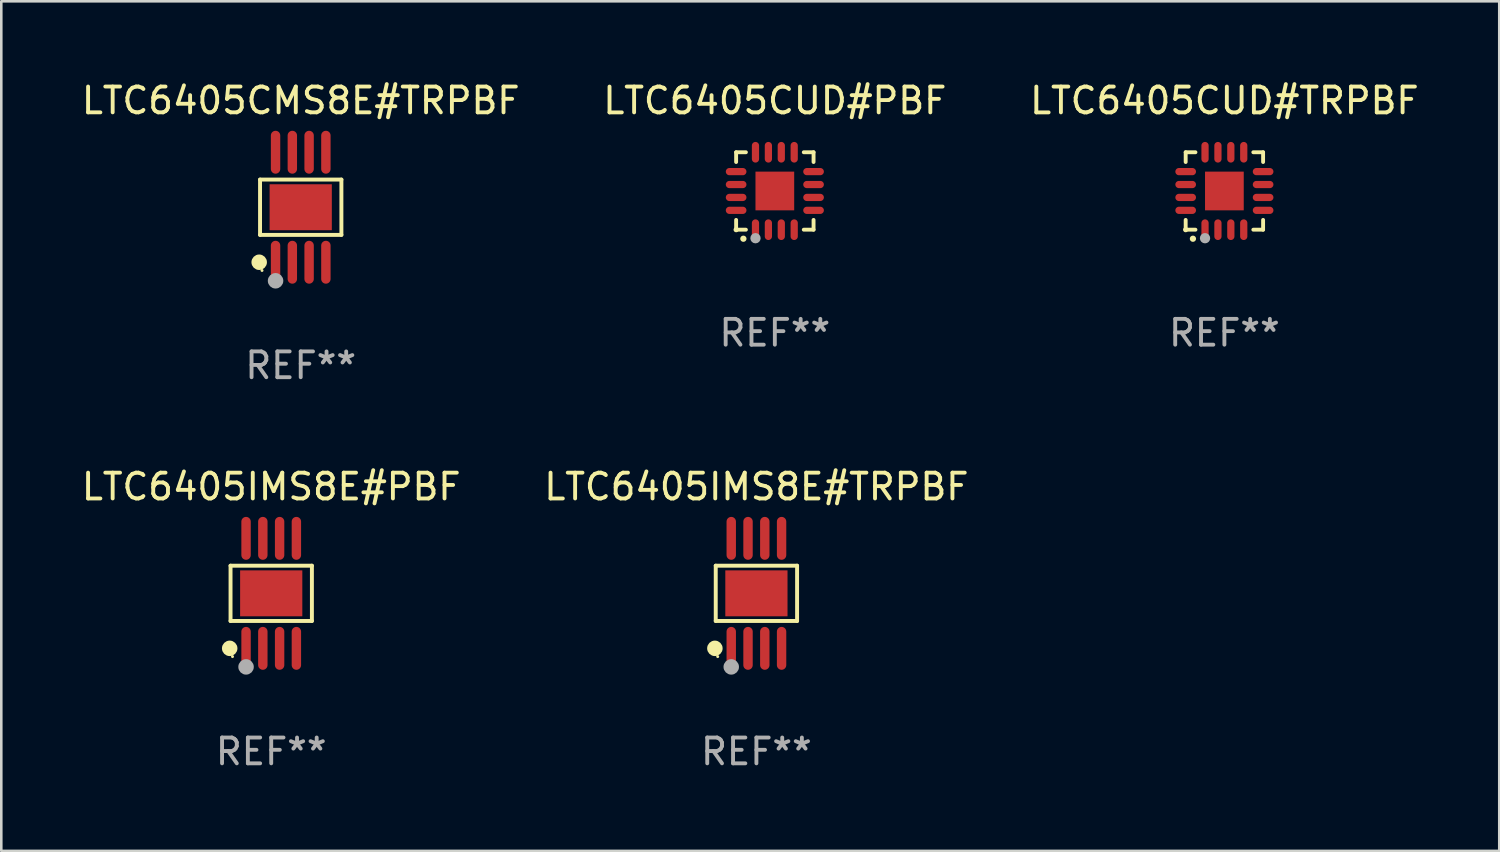
<source format=kicad_pcb>
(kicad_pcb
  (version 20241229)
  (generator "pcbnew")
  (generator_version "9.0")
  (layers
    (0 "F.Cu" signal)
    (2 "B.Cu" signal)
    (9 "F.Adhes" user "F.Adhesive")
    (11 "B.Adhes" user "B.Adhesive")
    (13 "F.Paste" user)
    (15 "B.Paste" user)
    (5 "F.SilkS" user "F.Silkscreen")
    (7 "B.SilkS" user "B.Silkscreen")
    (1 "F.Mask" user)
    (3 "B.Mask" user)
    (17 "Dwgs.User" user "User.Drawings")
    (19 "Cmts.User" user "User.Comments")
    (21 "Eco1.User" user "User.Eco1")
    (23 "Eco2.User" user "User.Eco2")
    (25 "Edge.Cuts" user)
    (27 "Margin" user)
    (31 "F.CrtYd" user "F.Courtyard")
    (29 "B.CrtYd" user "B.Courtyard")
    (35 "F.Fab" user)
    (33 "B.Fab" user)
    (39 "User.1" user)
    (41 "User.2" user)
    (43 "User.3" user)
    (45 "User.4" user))
  (footprint "LTC6405IMS8E#PBF"
    (layer "F.Cu")
    (at 7.458 19.938)
    (property "Reference" "LTC6405IMS8E#PBF" (at 0 -4.131 0) (layer "F.SilkS") (effects (font (size 1 1) (thickness 0.15))))
    (attr through_hole)
    (fp_line (start -1.576 -1.071) (end 1.576 -1.071) (stroke (width 0.152) (type solid)) (layer "F.SilkS"))
    (fp_line (start -1.576 1.071) (end -1.576 -1.071) (stroke (width 0.152) (type solid)) (layer "F.SilkS"))
    (fp_line (start 1.576 -1.071) (end 1.576 1.071) (stroke (width 0.152) (type solid)) (layer "F.SilkS"))
    (fp_line (start 1.576 1.071) (end -1.576 1.071) (stroke (width 0.152) (type solid)) (layer "F.SilkS"))
    (fp_circle (center -1.609 2.131) (end -1.459 2.131) (stroke (width 0.3) (type solid)) (fill no) (layer "F.SilkS"))
    (fp_circle (center -1.5 2.45) (end -1.47 2.45) (stroke (width 0.06) (type solid)) (fill no) (layer "F.SilkS"))
    (fp_circle (center -0.975 2.85) (end -0.825 2.85) (stroke (width 0.3) (type solid)) (fill no) (layer "F.Fab"))
    (fp_text user "REF**" (at 0 6.131 0) (layer "F.Fab") (effects (font (size 1 1) (thickness 0.15))))
    (pad "1" smd oval (at -0.975 2.131) (size 0.364 1.662) (layers "F.Cu" "F.Mask" "F.Paste"))
    (pad "2" smd oval (at -0.325 2.131) (size 0.364 1.662) (layers "F.Cu" "F.Mask" "F.Paste"))
    (pad "3" smd oval (at 0.325 2.131) (size 0.364 1.662) (layers "F.Cu" "F.Mask" "F.Paste"))
    (pad "4" smd oval (at 0.975 2.131) (size 0.364 1.662) (layers "F.Cu" "F.Mask" "F.Paste"))
    (pad "5" smd oval (at 0.975 -2.131) (size 0.364 1.662) (layers "F.Cu" "F.Mask" "F.Paste"))
    (pad "6" smd oval (at 0.325 -2.131) (size 0.364 1.662) (layers "F.Cu" "F.Mask" "F.Paste"))
    (pad "7" smd oval (at -0.325 -2.131) (size 0.364 1.662) (layers "F.Cu" "F.Mask" "F.Paste"))
    (pad "8" smd oval (at -0.975 -2.131) (size 0.364 1.662) (layers "F.Cu" "F.Mask" "F.Paste"))
    (pad "9" smd rect (at 0 0) (size 2.41 1.78) (layers "F.Cu" "F.Mask" "F.Paste")))
  (footprint "LTC6405CMS8E#TRPBF"
    (layer "F.Cu")
    (at 8.601 4.979)
    (property "Reference" "LTC6405CMS8E#TRPBF" (at 0 -4.131 0) (layer "F.SilkS") (effects (font (size 1 1) (thickness 0.15))))
    (attr through_hole)
    (fp_line (start -1.576 -1.071) (end 1.576 -1.071) (stroke (width 0.152) (type solid)) (layer "F.SilkS"))
    (fp_line (start -1.576 1.071) (end -1.576 -1.071) (stroke (width 0.152) (type solid)) (layer "F.SilkS"))
    (fp_line (start 1.576 -1.071) (end 1.576 1.071) (stroke (width 0.152) (type solid)) (layer "F.SilkS"))
    (fp_line (start 1.576 1.071) (end -1.576 1.071) (stroke (width 0.152) (type solid)) (layer "F.SilkS"))
    (fp_circle (center -1.609 2.131) (end -1.459 2.131) (stroke (width 0.3) (type solid)) (fill no) (layer "F.SilkS"))
    (fp_circle (center -1.5 2.45) (end -1.47 2.45) (stroke (width 0.06) (type solid)) (fill no) (layer "F.SilkS"))
    (fp_circle (center -0.975 2.85) (end -0.825 2.85) (stroke (width 0.3) (type solid)) (fill no) (layer "F.Fab"))
    (fp_text user "REF**" (at 0 6.131 0) (layer "F.Fab") (effects (font (size 1 1) (thickness 0.15))))
    (pad "1" smd oval (at -0.975 2.131) (size 0.364 1.662) (layers "F.Cu" "F.Mask" "F.Paste"))
    (pad "2" smd oval (at -0.325 2.131) (size 0.364 1.662) (layers "F.Cu" "F.Mask" "F.Paste"))
    (pad "3" smd oval (at 0.325 2.131) (size 0.364 1.662) (layers "F.Cu" "F.Mask" "F.Paste"))
    (pad "4" smd oval (at 0.975 2.131) (size 0.364 1.662) (layers "F.Cu" "F.Mask" "F.Paste"))
    (pad "5" smd oval (at 0.975 -2.131) (size 0.364 1.662) (layers "F.Cu" "F.Mask" "F.Paste"))
    (pad "6" smd oval (at 0.325 -2.131) (size 0.364 1.662) (layers "F.Cu" "F.Mask" "F.Paste"))
    (pad "7" smd oval (at -0.325 -2.131) (size 0.364 1.662) (layers "F.Cu" "F.Mask" "F.Paste"))
    (pad "8" smd oval (at -0.975 -2.131) (size 0.364 1.662) (layers "F.Cu" "F.Mask" "F.Paste"))
    (pad "9" smd rect (at 0 0) (size 2.41 1.78) (layers "F.Cu" "F.Mask" "F.Paste")))
  (footprint "LTC6405IMS8E#TRPBF"
    (layer "F.Cu")
    (at 26.256 19.938)
    (property "Reference" "LTC6405IMS8E#TRPBF" (at 0 -4.131 0) (layer "F.SilkS") (effects (font (size 1 1) (thickness 0.15))))
    (attr through_hole)
    (fp_line (start -1.576 -1.071) (end 1.576 -1.071) (stroke (width 0.152) (type solid)) (layer "F.SilkS"))
    (fp_line (start -1.576 1.071) (end -1.576 -1.071) (stroke (width 0.152) (type solid)) (layer "F.SilkS"))
    (fp_line (start 1.576 -1.071) (end 1.576 1.071) (stroke (width 0.152) (type solid)) (layer "F.SilkS"))
    (fp_line (start 1.576 1.071) (end -1.576 1.071) (stroke (width 0.152) (type solid)) (layer "F.SilkS"))
    (fp_circle (center -1.609 2.131) (end -1.459 2.131) (stroke (width 0.3) (type solid)) (fill no) (layer "F.SilkS"))
    (fp_circle (center -1.5 2.45) (end -1.47 2.45) (stroke (width 0.06) (type solid)) (fill no) (layer "F.SilkS"))
    (fp_circle (center -0.975 2.85) (end -0.825 2.85) (stroke (width 0.3) (type solid)) (fill no) (layer "F.Fab"))
    (fp_text user "REF**" (at 0 6.131 0) (layer "F.Fab") (effects (font (size 1 1) (thickness 0.15))))
    (pad "1" smd oval (at -0.975 2.131) (size 0.364 1.662) (layers "F.Cu" "F.Mask" "F.Paste"))
    (pad "2" smd oval (at -0.325 2.131) (size 0.364 1.662) (layers "F.Cu" "F.Mask" "F.Paste"))
    (pad "3" smd oval (at 0.325 2.131) (size 0.364 1.662) (layers "F.Cu" "F.Mask" "F.Paste"))
    (pad "4" smd oval (at 0.975 2.131) (size 0.364 1.662) (layers "F.Cu" "F.Mask" "F.Paste"))
    (pad "5" smd oval (at 0.975 -2.131) (size 0.364 1.662) (layers "F.Cu" "F.Mask" "F.Paste"))
    (pad "6" smd oval (at 0.325 -2.131) (size 0.364 1.662) (layers "F.Cu" "F.Mask" "F.Paste"))
    (pad "7" smd oval (at -0.325 -2.131) (size 0.364 1.662) (layers "F.Cu" "F.Mask" "F.Paste"))
    (pad "8" smd oval (at -0.975 -2.131) (size 0.364 1.662) (layers "F.Cu" "F.Mask" "F.Paste"))
    (pad "9" smd rect (at 0 0) (size 2.41 1.78) (layers "F.Cu" "F.Mask" "F.Paste")))
  (footprint "LTC6405CUD#PBF"
    (layer "F.Cu")
    (at 26.97 4.349)
    (property "Reference" "LTC6405CUD#PBF" (at 0 -3.5 0) (layer "F.SilkS") (effects (font (size 1 1) (thickness 0.15))))
    (attr through_hole)
    (fp_line (start -1.5 -1.5) (end -1.121 -1.5) (stroke (width 0.15) (type solid)) (layer "F.SilkS"))
    (fp_line (start -1.5 -1.122) (end -1.5 -1.5) (stroke (width 0.15) (type solid)) (layer "F.SilkS"))
    (fp_line (start -1.5 1.5) (end -1.5 1.121) (stroke (width 0.15) (type solid)) (layer "F.SilkS"))
    (fp_line (start -1.121 1.5) (end -1.5 1.5) (stroke (width 0.15) (type solid)) (layer "F.SilkS"))
    (fp_line (start 1.121 -1.5) (end 1.5 -1.5) (stroke (width 0.15) (type solid)) (layer "F.SilkS"))
    (fp_line (start 1.5 -1.5) (end 1.5 -1.122) (stroke (width 0.15) (type solid)) (layer "F.SilkS"))
    (fp_line (start 1.5 1.121) (end 1.5 1.5) (stroke (width 0.15) (type solid)) (layer "F.SilkS"))
    (fp_line (start 1.5 1.5) (end 1.121 1.5) (stroke (width 0.15) (type solid)) (layer "F.SilkS"))
    (fp_arc (start -1.219926 1.850254) (mid -1.21891 1.85025) (end -1.217894 1.850254) (stroke (width 0.240005) (type solid)) (layer "F.SilkS"))
    (fp_circle (center -1.5 1.5) (end -1.45 1.5) (stroke (width 0.1) (type solid)) (fill no) (layer "F.SilkS"))
    (fp_circle (center -0.75 1.83) (end -0.65 1.83) (stroke (width 0.2) (type solid)) (fill no) (layer "F.Fab"))
    (fp_text user "REF**" (at 0 5.5 0) (layer "F.Fab") (effects (font (size 1 1) (thickness 0.15))))
    (pad "1" smd oval (at -0.75 1.5) (size 0.28 0.8) (layers "F.Cu" "F.Mask" "F.Paste"))
    (pad "2" smd oval (at -0.25 1.5) (size 0.28 0.8) (layers "F.Cu" "F.Mask" "F.Paste"))
    (pad "3" smd oval (at 0.25 1.5) (size 0.28 0.8) (layers "F.Cu" "F.Mask" "F.Paste"))
    (pad "4" smd oval (at 0.75 1.5) (size 0.28 0.8) (layers "F.Cu" "F.Mask" "F.Paste"))
    (pad "5" smd oval (at 1.5 0.75) (size 0.8 0.28) (layers "F.Cu" "F.Mask" "F.Paste"))
    (pad "6" smd oval (at 1.5 0.25) (size 0.8 0.28) (layers "F.Cu" "F.Mask" "F.Paste"))
    (pad "7" smd oval (at 1.5 -0.25) (size 0.8 0.28) (layers "F.Cu" "F.Mask" "F.Paste"))
    (pad "8" smd oval (at 1.5 -0.75) (size 0.8 0.28) (layers "F.Cu" "F.Mask" "F.Paste"))
    (pad "9" smd oval (at 0.75 -1.5) (size 0.28 0.8) (layers "F.Cu" "F.Mask" "F.Paste"))
    (pad "10" smd oval (at 0.25 -1.5) (size 0.28 0.8) (layers "F.Cu" "F.Mask" "F.Paste"))
    (pad "11" smd oval (at -0.25 -1.5) (size 0.28 0.8) (layers "F.Cu" "F.Mask" "F.Paste"))
    (pad "12" smd oval (at -0.75 -1.5) (size 0.28 0.8) (layers "F.Cu" "F.Mask" "F.Paste"))
    (pad "13" smd oval (at -1.5 -0.75) (size 0.8 0.28) (layers "F.Cu" "F.Mask" "F.Paste"))
    (pad "14" smd oval (at -1.5 -0.25) (size 0.8 0.28) (layers "F.Cu" "F.Mask" "F.Paste"))
    (pad "15" smd oval (at -1.5 0.25) (size 0.8 0.28) (layers "F.Cu" "F.Mask" "F.Paste"))
    (pad "16" smd oval (at -1.5 0.75) (size 0.8 0.28) (layers "F.Cu" "F.Mask" "F.Paste"))
    (pad "17" smd rect (at -0.000064 0.000165) (size 1.5 1.5) (layers "F.Cu" "F.Mask" "F.Paste")))
  (footprint "LTC6405CUD#TRPBF"
    (layer "F.Cu")
    (at 44.387 4.349)
    (property "Reference" "LTC6405CUD#TRPBF" (at 0 -3.5 0) (layer "F.SilkS") (effects (font (size 1 1) (thickness 0.15))))
    (attr through_hole)
    (fp_line (start -1.5 -1.5) (end -1.121 -1.5) (stroke (width 0.15) (type solid)) (layer "F.SilkS"))
    (fp_line (start -1.5 -1.122) (end -1.5 -1.5) (stroke (width 0.15) (type solid)) (layer "F.SilkS"))
    (fp_line (start -1.5 1.5) (end -1.5 1.121) (stroke (width 0.15) (type solid)) (layer "F.SilkS"))
    (fp_line (start -1.121 1.5) (end -1.5 1.5) (stroke (width 0.15) (type solid)) (layer "F.SilkS"))
    (fp_line (start 1.121 -1.5) (end 1.5 -1.5) (stroke (width 0.15) (type solid)) (layer "F.SilkS"))
    (fp_line (start 1.5 -1.5) (end 1.5 -1.122) (stroke (width 0.15) (type solid)) (layer "F.SilkS"))
    (fp_line (start 1.5 1.121) (end 1.5 1.5) (stroke (width 0.15) (type solid)) (layer "F.SilkS"))
    (fp_line (start 1.5 1.5) (end 1.121 1.5) (stroke (width 0.15) (type solid)) (layer "F.SilkS"))
    (fp_arc (start -1.219926 1.850254) (mid -1.21891 1.85025) (end -1.217894 1.850254) (stroke (width 0.240005) (type solid)) (layer "F.SilkS"))
    (fp_circle (center -1.5 1.5) (end -1.45 1.5) (stroke (width 0.1) (type solid)) (fill no) (layer "F.SilkS"))
    (fp_circle (center -0.75 1.83) (end -0.65 1.83) (stroke (width 0.2) (type solid)) (fill no) (layer "F.Fab"))
    (fp_text user "REF**" (at 0 5.5 0) (layer "F.Fab") (effects (font (size 1 1) (thickness 0.15))))
    (pad "1" smd oval (at -0.75 1.5) (size 0.28 0.8) (layers "F.Cu" "F.Mask" "F.Paste"))
    (pad "2" smd oval (at -0.25 1.5) (size 0.28 0.8) (layers "F.Cu" "F.Mask" "F.Paste"))
    (pad "3" smd oval (at 0.25 1.5) (size 0.28 0.8) (layers "F.Cu" "F.Mask" "F.Paste"))
    (pad "4" smd oval (at 0.75 1.5) (size 0.28 0.8) (layers "F.Cu" "F.Mask" "F.Paste"))
    (pad "5" smd oval (at 1.5 0.75) (size 0.8 0.28) (layers "F.Cu" "F.Mask" "F.Paste"))
    (pad "6" smd oval (at 1.5 0.25) (size 0.8 0.28) (layers "F.Cu" "F.Mask" "F.Paste"))
    (pad "7" smd oval (at 1.5 -0.25) (size 0.8 0.28) (layers "F.Cu" "F.Mask" "F.Paste"))
    (pad "8" smd oval (at 1.5 -0.75) (size 0.8 0.28) (layers "F.Cu" "F.Mask" "F.Paste"))
    (pad "9" smd oval (at 0.75 -1.5) (size 0.28 0.8) (layers "F.Cu" "F.Mask" "F.Paste"))
    (pad "10" smd oval (at 0.25 -1.5) (size 0.28 0.8) (layers "F.Cu" "F.Mask" "F.Paste"))
    (pad "11" smd oval (at -0.25 -1.5) (size 0.28 0.8) (layers "F.Cu" "F.Mask" "F.Paste"))
    (pad "12" smd oval (at -0.75 -1.5) (size 0.28 0.8) (layers "F.Cu" "F.Mask" "F.Paste"))
    (pad "13" smd oval (at -1.5 -0.75) (size 0.8 0.28) (layers "F.Cu" "F.Mask" "F.Paste"))
    (pad "14" smd oval (at -1.5 -0.25) (size 0.8 0.28) (layers "F.Cu" "F.Mask" "F.Paste"))
    (pad "15" smd oval (at -1.5 0.25) (size 0.8 0.28) (layers "F.Cu" "F.Mask" "F.Paste"))
    (pad "16" smd oval (at -1.5 0.75) (size 0.8 0.28) (layers "F.Cu" "F.Mask" "F.Paste"))
    (pad "17" smd rect (at -0.000064 0.000165) (size 1.5 1.5) (layers "F.Cu" "F.Mask" "F.Paste")))
  (gr_rect
    (start -3 -3)
    (end 55.036 29.917)
    (stroke (width 0.1) (type default))
    (fill no)
    (layer "Edge.Cuts")))
</source>
